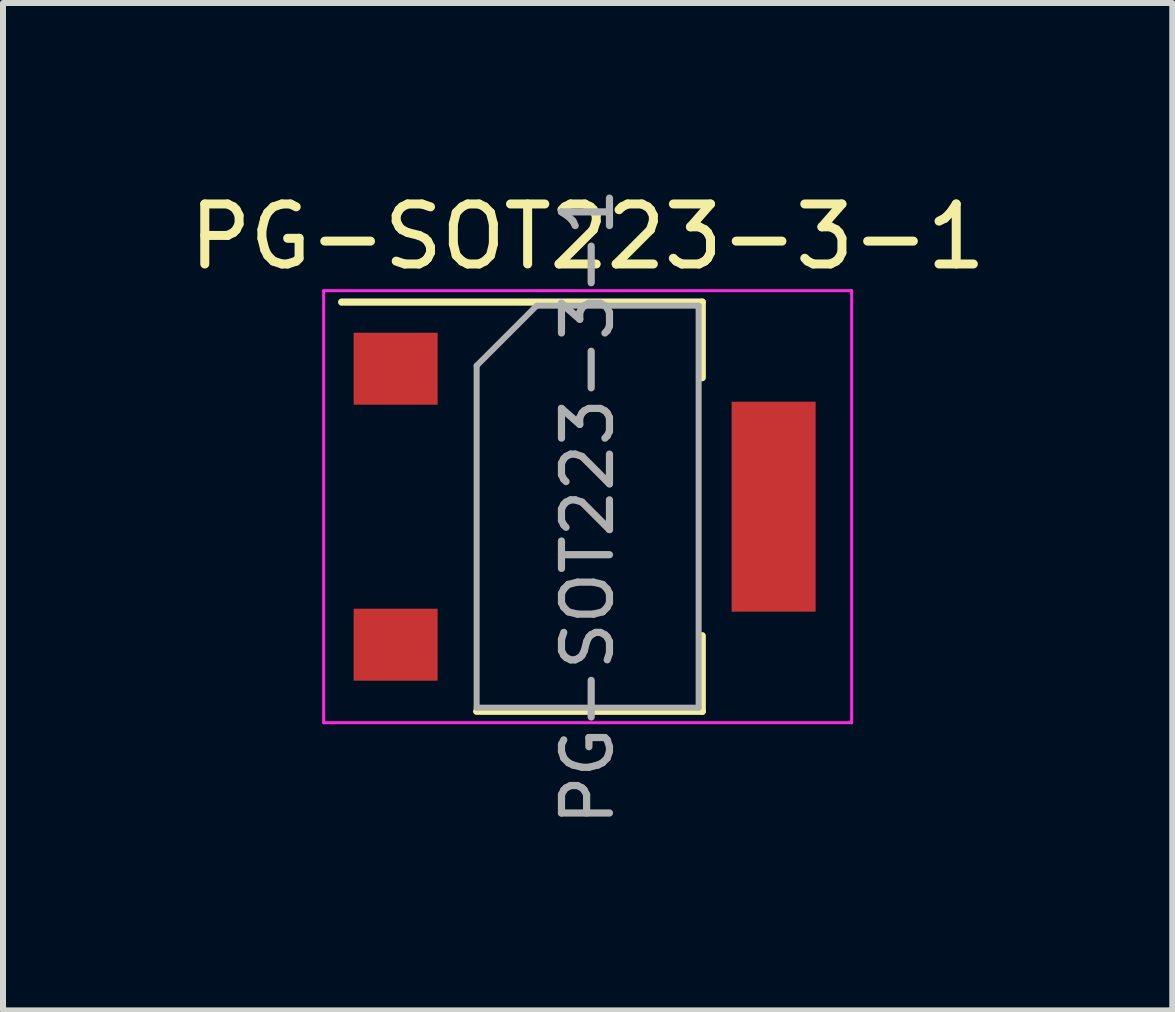
<source format=kicad_pcb>
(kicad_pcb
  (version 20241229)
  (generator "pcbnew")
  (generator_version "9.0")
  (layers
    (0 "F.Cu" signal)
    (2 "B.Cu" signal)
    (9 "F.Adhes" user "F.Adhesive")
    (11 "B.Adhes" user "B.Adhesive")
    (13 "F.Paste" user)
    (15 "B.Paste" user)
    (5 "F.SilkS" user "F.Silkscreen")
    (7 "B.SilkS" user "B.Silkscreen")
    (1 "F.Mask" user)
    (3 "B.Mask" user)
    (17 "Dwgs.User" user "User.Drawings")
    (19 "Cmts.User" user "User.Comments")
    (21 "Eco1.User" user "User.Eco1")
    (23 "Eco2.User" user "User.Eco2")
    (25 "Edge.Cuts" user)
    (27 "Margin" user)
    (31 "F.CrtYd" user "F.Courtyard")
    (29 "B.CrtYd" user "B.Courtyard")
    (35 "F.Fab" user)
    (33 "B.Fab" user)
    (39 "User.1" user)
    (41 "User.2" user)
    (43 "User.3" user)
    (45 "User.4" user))
  (footprint "PG-SOT223-3-1"
    (layer "F.Cu")
    (at 6.744 5.395)
    (property "Reference" "PG-SOT223-3-1" (at 0 -4.5 0) (layer "F.SilkS") (effects (font (size 1 1) (thickness 0.15))))
    (attr smd)
    (fp_line (start -4.1 -3.41) (end 1.91 -3.41) (stroke (width 0.12) (type solid)) (layer "F.SilkS"))
    (fp_line (start -1.85 3.41) (end 1.91 3.41) (stroke (width 0.12) (type solid)) (layer "F.SilkS"))
    (fp_line (start 1.91 -3.41) (end 1.91 -2.15) (stroke (width 0.12) (type solid)) (layer "F.SilkS"))
    (fp_line (start 1.91 3.41) (end 1.91 2.15) (stroke (width 0.12) (type solid)) (layer "F.SilkS"))
    (fp_line (start -4.4 -3.6) (end -4.4 3.6) (stroke (width 0.05) (type solid)) (layer "F.CrtYd"))
    (fp_line (start -4.4 3.6) (end 4.4 3.6) (stroke (width 0.05) (type solid)) (layer "F.CrtYd"))
    (fp_line (start 4.4 -3.6) (end -4.4 -3.6) (stroke (width 0.05) (type solid)) (layer "F.CrtYd"))
    (fp_line (start 4.4 3.6) (end 4.4 -3.6) (stroke (width 0.05) (type solid)) (layer "F.CrtYd"))
    (fp_line (start -1.85 -2.35) (end -1.85 3.35) (stroke (width 0.1) (type solid)) (layer "F.Fab"))
    (fp_line (start -1.85 -2.35) (end -0.85 -3.35) (stroke (width 0.1) (type solid)) (layer "F.Fab"))
    (fp_line (start -1.85 3.35) (end 1.85 3.35) (stroke (width 0.1) (type solid)) (layer "F.Fab"))
    (fp_line (start -0.85 -3.35) (end 1.85 -3.35) (stroke (width 0.1) (type solid)) (layer "F.Fab"))
    (fp_line (start 1.85 -3.35) (end 1.85 3.35) (stroke (width 0.1) (type solid)) (layer "F.Fab"))
    (fp_text user "${REFERENCE}" (at 0 0 90) (layer "F.Fab") (effects (font (size 0.8 0.8) (thickness 0.12))))
    (pad "1" smd rect (at -3.2 -2.3) (size 1.4 1.2) (layers "F.Cu" "F.Mask" "F.Paste"))
    (pad "2" smd rect (at 3.1 0) (size 1.4 3.5) (layers "F.Cu" "F.Mask" "F.Paste"))
    (pad "3" smd rect (at -3.2 2.3) (size 1.4 1.2) (layers "F.Cu" "F.Mask" "F.Paste")))
  (gr_rect
    (start -3 -3)
    (end 16.488 13.79)
    (stroke (width 0.1) (type default))
    (fill no)
    (layer "Edge.Cuts")))
</source>
